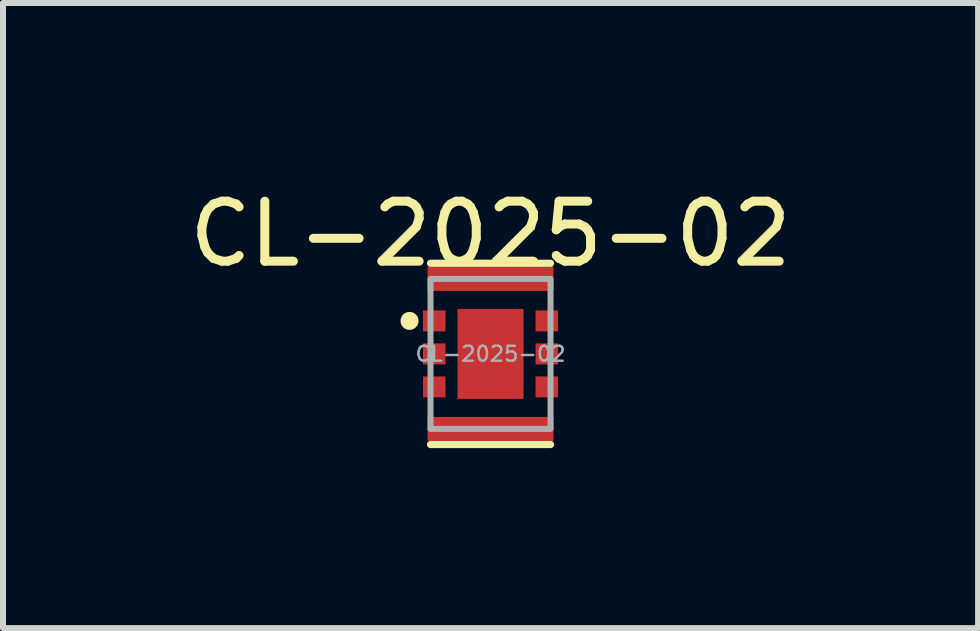
<source format=kicad_pcb>
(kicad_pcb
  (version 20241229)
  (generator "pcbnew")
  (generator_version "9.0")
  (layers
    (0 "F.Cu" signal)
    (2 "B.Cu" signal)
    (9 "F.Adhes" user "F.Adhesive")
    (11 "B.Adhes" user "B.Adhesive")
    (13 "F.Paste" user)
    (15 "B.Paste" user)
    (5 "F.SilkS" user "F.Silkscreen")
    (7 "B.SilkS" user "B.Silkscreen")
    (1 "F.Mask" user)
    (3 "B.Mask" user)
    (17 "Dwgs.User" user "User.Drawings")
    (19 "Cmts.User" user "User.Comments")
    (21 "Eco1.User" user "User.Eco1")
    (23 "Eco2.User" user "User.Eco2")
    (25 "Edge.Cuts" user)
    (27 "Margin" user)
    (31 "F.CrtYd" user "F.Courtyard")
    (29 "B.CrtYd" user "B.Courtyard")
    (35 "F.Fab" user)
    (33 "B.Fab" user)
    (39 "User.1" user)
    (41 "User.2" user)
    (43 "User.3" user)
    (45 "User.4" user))
  (footprint "CL-2025-02"
    (layer "F.Cu")
    (at 5.125 2.848)
    (property "Reference" "CL-2025-02" (at 0 -2 0) (unlocked yes) (layer "F.SilkS") (effects (font (size 1 1) (thickness 0.15))))
    (attr smd)
    (fp_line (start 1 -1.51) (end -1 -1.51) (stroke (width 0.12) (type solid)) (layer "F.SilkS"))
    (fp_line (start 1 1.51) (end -1 1.51) (stroke (width 0.12) (type solid)) (layer "F.SilkS"))
    (fp_circle (center -1.35 -0.55) (end -1.2 -0.55) (stroke (width 0) (type solid)) (fill yes) (layer "F.SilkS"))
    (fp_rect (start -1 -1.25) (end 1 1.25) (stroke (width 0.1) (type default)) (fill no) (layer "F.Fab"))
    (fp_text user "${REFERENCE}" (at 0 0 0) (unlocked yes) (layer "F.Fab") (effects (font (size 0.25 0.25) (thickness 0.04))))
    (pad "1" smd rect (at -0.938 -0.55) (size 0.375 0.35) (layers "F.Cu" "F.Mask" "F.Paste"))
    (pad "2" smd rect (at -0.938 0) (size 0.375 0.35) (layers "F.Cu" "F.Mask" "F.Paste"))
    (pad "3" smd rect (at -0.938 0.55) (size 0.375 0.35) (layers "F.Cu" "F.Mask" "F.Paste"))
    (pad "4" smd rect (at 0.938 0.55) (size 0.375 0.35) (layers "F.Cu" "F.Mask" "F.Paste"))
    (pad "5" smd rect (at 0.938 0) (size 0.375 0.35) (layers "F.Cu" "F.Mask" "F.Paste"))
    (pad "6" smd rect (at 0.938 -0.55) (size 0.375 0.35) (layers "F.Cu" "F.Mask" "F.Paste"))
    (pad "7" smd rect (at 0 -1.25) (size 2.1 0.4) (layers "F.Cu" "F.Mask" "F.Paste"))
    (pad "8" smd rect (at 0 1.25) (size 2.1 0.4) (layers "F.Cu" "F.Mask" "F.Paste"))
    (pad "9" smd rect (at 0 0) (size 1.1 1.5) (layers "F.Cu" "F.Mask" "F.Paste")))
  (gr_rect
    (start -3 -3)
    (end 13.25 7.418)
    (stroke (width 0.1) (type default))
    (fill no)
    (layer "Edge.Cuts")))
</source>
